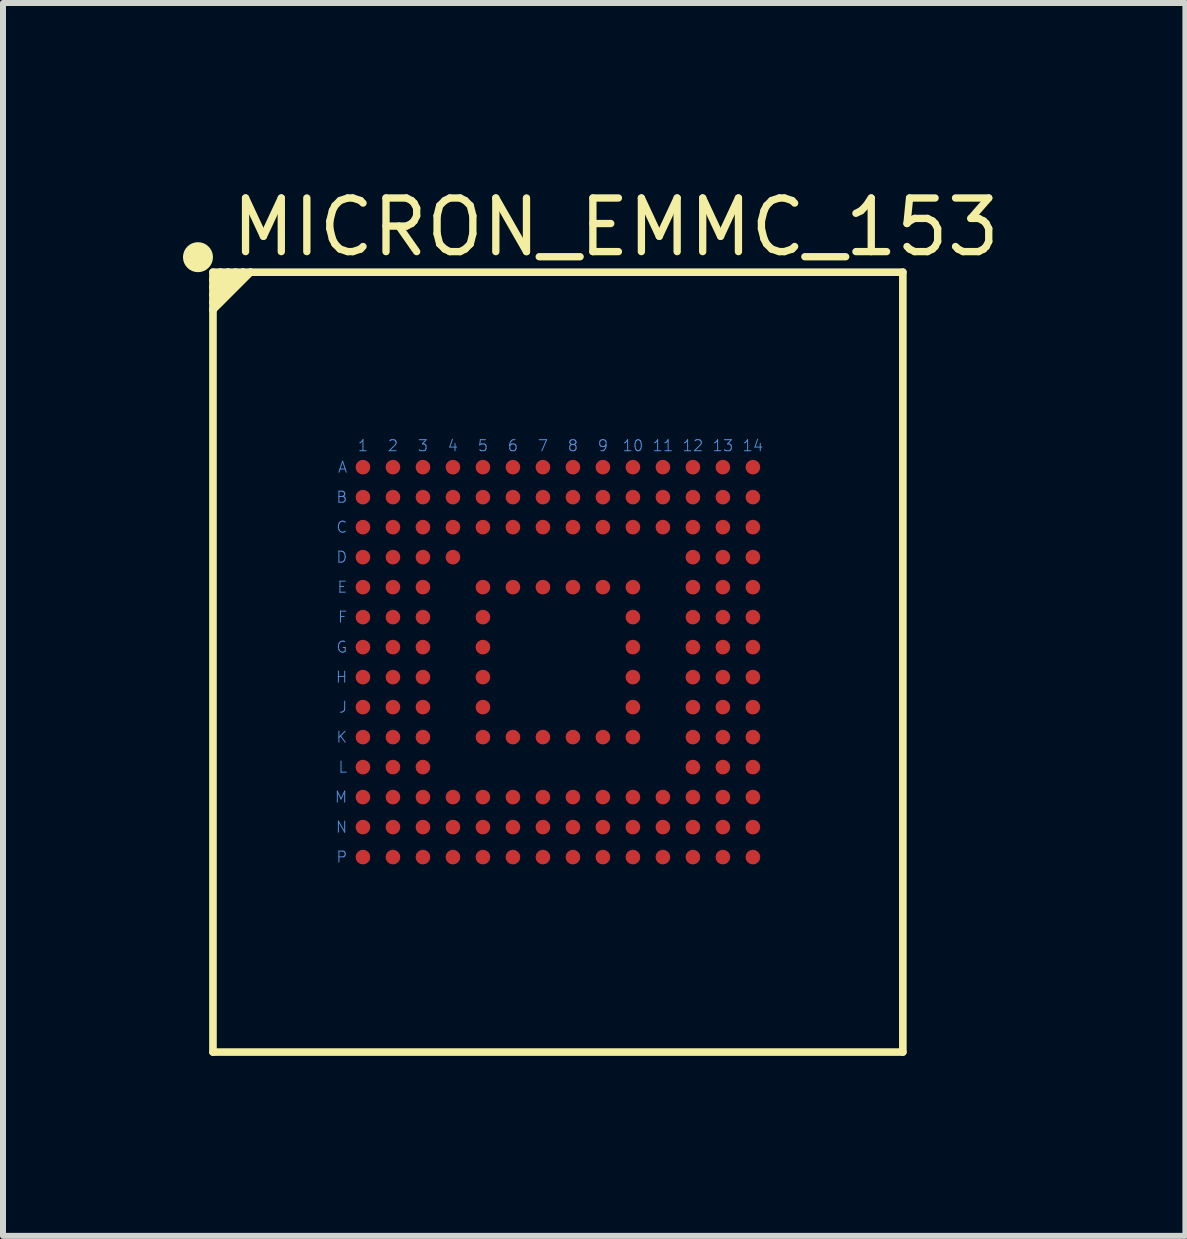
<source format=kicad_pcb>
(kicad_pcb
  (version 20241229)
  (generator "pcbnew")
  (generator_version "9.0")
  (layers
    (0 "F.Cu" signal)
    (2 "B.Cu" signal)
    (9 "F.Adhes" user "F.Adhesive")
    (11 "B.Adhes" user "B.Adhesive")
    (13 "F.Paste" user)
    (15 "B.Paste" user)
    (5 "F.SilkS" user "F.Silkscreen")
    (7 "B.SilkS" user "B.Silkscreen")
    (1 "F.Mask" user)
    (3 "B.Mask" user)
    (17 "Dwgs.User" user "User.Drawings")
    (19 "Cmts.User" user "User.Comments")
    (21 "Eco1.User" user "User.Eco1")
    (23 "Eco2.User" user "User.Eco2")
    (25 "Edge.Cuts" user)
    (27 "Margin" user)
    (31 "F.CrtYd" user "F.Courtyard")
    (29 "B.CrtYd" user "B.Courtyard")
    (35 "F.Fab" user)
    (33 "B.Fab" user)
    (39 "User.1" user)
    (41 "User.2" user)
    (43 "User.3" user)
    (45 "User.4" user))
  (footprint "MICRON_EMMC_153"
    (layer "F.Cu")
    (at 6.25 7.987)
    (property "Reference" "MICRON_EMMC_153" (at -5.5 -7.25 0) (layer "F.SilkS") (effects (font (size 0.894 0.894) (thickness 0.122)) (justify left)))
    (fp_line (start -5.75 -6.5) (end -5.75 -6.375) (stroke (width 0.127) (type solid)) (layer "F.SilkS"))
    (fp_line (start -5.75 -6.375) (end -5.75 -6.25) (stroke (width 0.127) (type solid)) (layer "F.SilkS"))
    (fp_line (start -5.75 -6.375) (end -5.625 -6.5) (stroke (width 0.127) (type solid)) (layer "F.SilkS"))
    (fp_line (start -5.75 -6.25) (end -5.75 -6.125) (stroke (width 0.127) (type solid)) (layer "F.SilkS"))
    (fp_line (start -5.75 -6.25) (end -5.5 -6.5) (stroke (width 0.127) (type solid)) (layer "F.SilkS"))
    (fp_line (start -5.75 -6.125) (end -5.75 -6) (stroke (width 0.127) (type solid)) (layer "F.SilkS"))
    (fp_line (start -5.75 -6.125) (end -5.375 -6.5) (stroke (width 0.127) (type solid)) (layer "F.SilkS"))
    (fp_line (start -5.75 -6) (end -5.75 -5.875) (stroke (width 0.127) (type solid)) (layer "F.SilkS"))
    (fp_line (start -5.75 -6) (end -5.25 -6.5) (stroke (width 0.127) (type solid)) (layer "F.SilkS"))
    (fp_line (start -5.75 -5.875) (end -5.75 6.5) (stroke (width 0.127) (type solid)) (layer "F.SilkS"))
    (fp_line (start -5.75 -5.875) (end -5.125 -6.5) (stroke (width 0.127) (type solid)) (layer "F.SilkS"))
    (fp_line (start -5.75 6.5) (end 5.75 6.5) (stroke (width 0.127) (type solid)) (layer "F.SilkS"))
    (fp_line (start -5.625 -6.5) (end -5.75 -6.5) (stroke (width 0.127) (type solid)) (layer "F.SilkS"))
    (fp_line (start -5.5 -6.5) (end -5.625 -6.5) (stroke (width 0.127) (type solid)) (layer "F.SilkS"))
    (fp_line (start -5.375 -6.5) (end -5.5 -6.5) (stroke (width 0.127) (type solid)) (layer "F.SilkS"))
    (fp_line (start -5.25 -6.5) (end -5.375 -6.5) (stroke (width 0.127) (type solid)) (layer "F.SilkS"))
    (fp_line (start -5.125 -6.5) (end -5.25 -6.5) (stroke (width 0.127) (type solid)) (layer "F.SilkS"))
    (fp_line (start 5.75 -6.5) (end -5.125 -6.5) (stroke (width 0.127) (type solid)) (layer "F.SilkS"))
    (fp_line (start 5.75 6.5) (end 5.75 -6.5) (stroke (width 0.127) (type solid)) (layer "F.SilkS"))
    (fp_circle (center -6 -6.75) (end -5.875 -6.75) (stroke (width 0.25) (type solid)) (fill no) (layer "F.SilkS"))
    (fp_text user "D" (at -3.5 -1.75 0) (layer "Cmts.User") (effects (font (size 0.184 0.184) (thickness 0.016)) (justify right)))
    (fp_text user "H" (at -3.5 0.25 0) (layer "Cmts.User") (effects (font (size 0.184 0.184) (thickness 0.016)) (justify right)))
    (fp_text user "J" (at -3.5 0.75 0) (layer "Cmts.User") (effects (font (size 0.184 0.184) (thickness 0.016)) (justify right)))
    (fp_text user "11" (at 1.75 -3.5 0) (layer "Cmts.User") (effects (font (size 0.184 0.184) (thickness 0.016)) (justify bottom)))
    (fp_text user "4" (at -1.75 -3.5 0) (layer "Cmts.User") (effects (font (size 0.184 0.184) (thickness 0.016)) (justify bottom)))
    (fp_text user "A" (at -3.5 -3.25 0) (layer "Cmts.User") (effects (font (size 0.184 0.184) (thickness 0.016)) (justify right)))
    (fp_text user "P" (at -3.5 3.25 0) (layer "Cmts.User") (effects (font (size 0.184 0.184) (thickness 0.016)) (justify right)))
    (fp_text user "C" (at -3.5 -2.25 0) (layer "Cmts.User") (effects (font (size 0.184 0.184) (thickness 0.016)) (justify right)))
    (fp_text user "9" (at 0.75 -3.5 0) (layer "Cmts.User") (effects (font (size 0.184 0.184) (thickness 0.016)) (justify bottom)))
    (fp_text user "14" (at 3.25 -3.5 0) (layer "Cmts.User") (effects (font (size 0.184 0.184) (thickness 0.016)) (justify bottom)))
    (fp_text user "F" (at -3.5 -0.75 0) (layer "Cmts.User") (effects (font (size 0.184 0.184) (thickness 0.016)) (justify right)))
    (fp_text user "L" (at -3.5 1.75 0) (layer "Cmts.User") (effects (font (size 0.184 0.184) (thickness 0.016)) (justify right)))
    (fp_text user "G" (at -3.5 -0.25 0) (layer "Cmts.User") (effects (font (size 0.184 0.184) (thickness 0.016)) (justify right)))
    (fp_text user "M" (at -3.5 2.25 0) (layer "Cmts.User") (effects (font (size 0.184 0.184) (thickness 0.016)) (justify right)))
    (fp_text user "B" (at -3.5 -2.75 0) (layer "Cmts.User") (effects (font (size 0.184 0.184) (thickness 0.016)) (justify right)))
    (fp_text user "6" (at -0.75 -3.5 0) (layer "Cmts.User") (effects (font (size 0.184 0.184) (thickness 0.016)) (justify bottom)))
    (fp_text user "N" (at -3.5 2.75 0) (layer "Cmts.User") (effects (font (size 0.184 0.184) (thickness 0.016)) (justify right)))
    (fp_text user "12" (at 2.25 -3.5 0) (layer "Cmts.User") (effects (font (size 0.184 0.184) (thickness 0.016)) (justify bottom)))
    (fp_text user "5" (at -1.25 -3.5 0) (layer "Cmts.User") (effects (font (size 0.184 0.184) (thickness 0.016)) (justify bottom)))
    (fp_text user "7" (at -0.25 -3.5 0) (layer "Cmts.User") (effects (font (size 0.184 0.184) (thickness 0.016)) (justify bottom)))
    (fp_text user "2" (at -2.75 -3.5 0) (layer "Cmts.User") (effects (font (size 0.184 0.184) (thickness 0.016)) (justify bottom)))
    (fp_text user "8" (at 0.25 -3.5 0) (layer "Cmts.User") (effects (font (size 0.184 0.184) (thickness 0.016)) (justify bottom)))
    (fp_text user "K" (at -3.5 1.25 0) (layer "Cmts.User") (effects (font (size 0.184 0.184) (thickness 0.016)) (justify right)))
    (fp_text user "13" (at 2.75 -3.5 0) (layer "Cmts.User") (effects (font (size 0.184 0.184) (thickness 0.016)) (justify bottom)))
    (fp_text user "1" (at -3.25 -3.5 0) (layer "Cmts.User") (effects (font (size 0.184 0.184) (thickness 0.016)) (justify bottom)))
    (fp_text user "10" (at 1.25 -3.5 0) (layer "Cmts.User") (effects (font (size 0.184 0.184) (thickness 0.016)) (justify bottom)))
    (fp_text user "E" (at -3.5 -1.25 0) (layer "Cmts.User") (effects (font (size 0.184 0.184) (thickness 0.016)) (justify right)))
    (fp_text user "3" (at -2.25 -3.5 0) (layer "Cmts.User") (effects (font (size 0.184 0.184) (thickness 0.016)) (justify bottom)))
    (pad "A1" smd roundrect (at -3.25 -3.25) (size 0.245 0.245) (layers "F.Cu" "F.Mask" "F.Paste") (roundrect_rratio 0.5))
    (pad "A2" smd roundrect (at -2.75 -3.25) (size 0.245 0.245) (layers "F.Cu" "F.Mask" "F.Paste") (roundrect_rratio 0.5))
    (pad "A3" smd roundrect (at -2.25 -3.25) (size 0.245 0.245) (layers "F.Cu" "F.Mask" "F.Paste") (roundrect_rratio 0.5))
    (pad "A4" smd roundrect (at -1.75 -3.25) (size 0.245 0.245) (layers "F.Cu" "F.Mask" "F.Paste") (roundrect_rratio 0.5))
    (pad "A5" smd roundrect (at -1.25 -3.25) (size 0.245 0.245) (layers "F.Cu" "F.Mask" "F.Paste") (roundrect_rratio 0.5))
    (pad "A6" smd roundrect (at -0.75 -3.25) (size 0.245 0.245) (layers "F.Cu" "F.Mask" "F.Paste") (roundrect_rratio 0.5))
    (pad "A7" smd roundrect (at -0.25 -3.25) (size 0.245 0.245) (layers "F.Cu" "F.Mask" "F.Paste") (roundrect_rratio 0.5))
    (pad "A8" smd roundrect (at 0.25 -3.25) (size 0.245 0.245) (layers "F.Cu" "F.Mask" "F.Paste") (roundrect_rratio 0.5))
    (pad "A9" smd roundrect (at 0.75 -3.25) (size 0.245 0.245) (layers "F.Cu" "F.Mask" "F.Paste") (roundrect_rratio 0.5))
    (pad "A10" smd roundrect (at 1.25 -3.25) (size 0.245 0.245) (layers "F.Cu" "F.Mask" "F.Paste") (roundrect_rratio 0.5))
    (pad "A11" smd roundrect (at 1.75 -3.25) (size 0.245 0.245) (layers "F.Cu" "F.Mask" "F.Paste") (roundrect_rratio 0.5))
    (pad "A12" smd roundrect (at 2.25 -3.25) (size 0.245 0.245) (layers "F.Cu" "F.Mask" "F.Paste") (roundrect_rratio 0.5))
    (pad "A13" smd roundrect (at 2.75 -3.25) (size 0.245 0.245) (layers "F.Cu" "F.Mask" "F.Paste") (roundrect_rratio 0.5))
    (pad "A14" smd roundrect (at 3.25 -3.25) (size 0.245 0.245) (layers "F.Cu" "F.Mask" "F.Paste") (roundrect_rratio 0.5))
    (pad "B1" smd roundrect (at -3.25 -2.75) (size 0.245 0.245) (layers "F.Cu" "F.Mask" "F.Paste") (roundrect_rratio 0.5))
    (pad "B2" smd roundrect (at -2.75 -2.75) (size 0.245 0.245) (layers "F.Cu" "F.Mask" "F.Paste") (roundrect_rratio 0.5))
    (pad "B3" smd roundrect (at -2.25 -2.75) (size 0.245 0.245) (layers "F.Cu" "F.Mask" "F.Paste") (roundrect_rratio 0.5))
    (pad "B4" smd roundrect (at -1.75 -2.75) (size 0.245 0.245) (layers "F.Cu" "F.Mask" "F.Paste") (roundrect_rratio 0.5))
    (pad "B5" smd roundrect (at -1.25 -2.75) (size 0.245 0.245) (layers "F.Cu" "F.Mask" "F.Paste") (roundrect_rratio 0.5))
    (pad "B6" smd roundrect (at -0.75 -2.75) (size 0.245 0.245) (layers "F.Cu" "F.Mask" "F.Paste") (roundrect_rratio 0.5))
    (pad "B7" smd roundrect (at -0.25 -2.75) (size 0.245 0.245) (layers "F.Cu" "F.Mask" "F.Paste") (roundrect_rratio 0.5))
    (pad "B8" smd roundrect (at 0.25 -2.75) (size 0.245 0.245) (layers "F.Cu" "F.Mask" "F.Paste") (roundrect_rratio 0.5))
    (pad "B9" smd roundrect (at 0.75 -2.75) (size 0.245 0.245) (layers "F.Cu" "F.Mask" "F.Paste") (roundrect_rratio 0.5))
    (pad "B10" smd roundrect (at 1.25 -2.75) (size 0.245 0.245) (layers "F.Cu" "F.Mask" "F.Paste") (roundrect_rratio 0.5))
    (pad "B11" smd roundrect (at 1.75 -2.75) (size 0.245 0.245) (layers "F.Cu" "F.Mask" "F.Paste") (roundrect_rratio 0.5))
    (pad "B12" smd roundrect (at 2.25 -2.75) (size 0.245 0.245) (layers "F.Cu" "F.Mask" "F.Paste") (roundrect_rratio 0.5))
    (pad "B13" smd roundrect (at 2.75 -2.75) (size 0.245 0.245) (layers "F.Cu" "F.Mask" "F.Paste") (roundrect_rratio 0.5))
    (pad "B14" smd roundrect (at 3.25 -2.75) (size 0.245 0.245) (layers "F.Cu" "F.Mask" "F.Paste") (roundrect_rratio 0.5))
    (pad "C1" smd roundrect (at -3.25 -2.25) (size 0.245 0.245) (layers "F.Cu" "F.Mask" "F.Paste") (roundrect_rratio 0.5))
    (pad "C2" smd roundrect (at -2.75 -2.25) (size 0.245 0.245) (layers "F.Cu" "F.Mask" "F.Paste") (roundrect_rratio 0.5))
    (pad "C3" smd roundrect (at -2.25 -2.25) (size 0.245 0.245) (layers "F.Cu" "F.Mask" "F.Paste") (roundrect_rratio 0.5))
    (pad "C4" smd roundrect (at -1.75 -2.25) (size 0.245 0.245) (layers "F.Cu" "F.Mask" "F.Paste") (roundrect_rratio 0.5))
    (pad "C5" smd roundrect (at -1.25 -2.25) (size 0.245 0.245) (layers "F.Cu" "F.Mask" "F.Paste") (roundrect_rratio 0.5))
    (pad "C6" smd roundrect (at -0.75 -2.25) (size 0.245 0.245) (layers "F.Cu" "F.Mask" "F.Paste") (roundrect_rratio 0.5))
    (pad "C7" smd roundrect (at -0.25 -2.25) (size 0.245 0.245) (layers "F.Cu" "F.Mask" "F.Paste") (roundrect_rratio 0.5))
    (pad "C8" smd roundrect (at 0.25 -2.25) (size 0.245 0.245) (layers "F.Cu" "F.Mask" "F.Paste") (roundrect_rratio 0.5))
    (pad "C9" smd roundrect (at 0.75 -2.25) (size 0.245 0.245) (layers "F.Cu" "F.Mask" "F.Paste") (roundrect_rratio 0.5))
    (pad "C10" smd roundrect (at 1.25 -2.25) (size 0.245 0.245) (layers "F.Cu" "F.Mask" "F.Paste") (roundrect_rratio 0.5))
    (pad "C11" smd roundrect (at 1.75 -2.25) (size 0.245 0.245) (layers "F.Cu" "F.Mask" "F.Paste") (roundrect_rratio 0.5))
    (pad "C12" smd roundrect (at 2.25 -2.25) (size 0.245 0.245) (layers "F.Cu" "F.Mask" "F.Paste") (roundrect_rratio 0.5))
    (pad "C13" smd roundrect (at 2.75 -2.25) (size 0.245 0.245) (layers "F.Cu" "F.Mask" "F.Paste") (roundrect_rratio 0.5))
    (pad "C14" smd roundrect (at 3.25 -2.25) (size 0.245 0.245) (layers "F.Cu" "F.Mask" "F.Paste") (roundrect_rratio 0.5))
    (pad "D1" smd roundrect (at -3.25 -1.75) (size 0.245 0.245) (layers "F.Cu" "F.Mask" "F.Paste") (roundrect_rratio 0.5))
    (pad "D2" smd roundrect (at -2.75 -1.75) (size 0.245 0.245) (layers "F.Cu" "F.Mask" "F.Paste") (roundrect_rratio 0.5))
    (pad "D3" smd roundrect (at -2.25 -1.75) (size 0.245 0.245) (layers "F.Cu" "F.Mask" "F.Paste") (roundrect_rratio 0.5))
    (pad "D4" smd roundrect (at -1.75 -1.75) (size 0.245 0.245) (layers "F.Cu" "F.Mask" "F.Paste") (roundrect_rratio 0.5))
    (pad "D12" smd roundrect (at 2.25 -1.75) (size 0.245 0.245) (layers "F.Cu" "F.Mask" "F.Paste") (roundrect_rratio 0.5))
    (pad "D13" smd roundrect (at 2.75 -1.75) (size 0.245 0.245) (layers "F.Cu" "F.Mask" "F.Paste") (roundrect_rratio 0.5))
    (pad "D14" smd roundrect (at 3.25 -1.75) (size 0.245 0.245) (layers "F.Cu" "F.Mask" "F.Paste") (roundrect_rratio 0.5))
    (pad "E1" smd roundrect (at -3.25 -1.25) (size 0.245 0.245) (layers "F.Cu" "F.Mask" "F.Paste") (roundrect_rratio 0.5))
    (pad "E2" smd roundrect (at -2.75 -1.25) (size 0.245 0.245) (layers "F.Cu" "F.Mask" "F.Paste") (roundrect_rratio 0.5))
    (pad "E3" smd roundrect (at -2.25 -1.25) (size 0.245 0.245) (layers "F.Cu" "F.Mask" "F.Paste") (roundrect_rratio 0.5))
    (pad "E5" smd roundrect (at -1.25 -1.25) (size 0.245 0.245) (layers "F.Cu" "F.Mask" "F.Paste") (roundrect_rratio 0.5))
    (pad "E6" smd roundrect (at -0.75 -1.25) (size 0.245 0.245) (layers "F.Cu" "F.Mask" "F.Paste") (roundrect_rratio 0.5))
    (pad "E7" smd roundrect (at -0.25 -1.25) (size 0.245 0.245) (layers "F.Cu" "F.Mask" "F.Paste") (roundrect_rratio 0.5))
    (pad "E8" smd roundrect (at 0.25 -1.25) (size 0.245 0.245) (layers "F.Cu" "F.Mask" "F.Paste") (roundrect_rratio 0.5))
    (pad "E9" smd roundrect (at 0.75 -1.25) (size 0.245 0.245) (layers "F.Cu" "F.Mask" "F.Paste") (roundrect_rratio 0.5))
    (pad "E10" smd roundrect (at 1.25 -1.25) (size 0.245 0.245) (layers "F.Cu" "F.Mask" "F.Paste") (roundrect_rratio 0.5))
    (pad "E12" smd roundrect (at 2.25 -1.25) (size 0.245 0.245) (layers "F.Cu" "F.Mask" "F.Paste") (roundrect_rratio 0.5))
    (pad "E13" smd roundrect (at 2.75 -1.25) (size 0.245 0.245) (layers "F.Cu" "F.Mask" "F.Paste") (roundrect_rratio 0.5))
    (pad "E14" smd roundrect (at 3.25 -1.25) (size 0.245 0.245) (layers "F.Cu" "F.Mask" "F.Paste") (roundrect_rratio 0.5))
    (pad "F1" smd roundrect (at -3.25 -0.75) (size 0.245 0.245) (layers "F.Cu" "F.Mask" "F.Paste") (roundrect_rratio 0.5))
    (pad "F2" smd roundrect (at -2.75 -0.75) (size 0.245 0.245) (layers "F.Cu" "F.Mask" "F.Paste") (roundrect_rratio 0.5))
    (pad "F3" smd roundrect (at -2.25 -0.75) (size 0.245 0.245) (layers "F.Cu" "F.Mask" "F.Paste") (roundrect_rratio 0.5))
    (pad "F5" smd roundrect (at -1.25 -0.75) (size 0.245 0.245) (layers "F.Cu" "F.Mask" "F.Paste") (roundrect_rratio 0.5))
    (pad "F10" smd roundrect (at 1.25 -0.75) (size 0.245 0.245) (layers "F.Cu" "F.Mask" "F.Paste") (roundrect_rratio 0.5))
    (pad "F12" smd roundrect (at 2.25 -0.75) (size 0.245 0.245) (layers "F.Cu" "F.Mask" "F.Paste") (roundrect_rratio 0.5))
    (pad "F13" smd roundrect (at 2.75 -0.75) (size 0.245 0.245) (layers "F.Cu" "F.Mask" "F.Paste") (roundrect_rratio 0.5))
    (pad "F14" smd roundrect (at 3.25 -0.75) (size 0.245 0.245) (layers "F.Cu" "F.Mask" "F.Paste") (roundrect_rratio 0.5))
    (pad "G1" smd roundrect (at -3.25 -0.25) (size 0.245 0.245) (layers "F.Cu" "F.Mask" "F.Paste") (roundrect_rratio 0.5))
    (pad "G2" smd roundrect (at -2.75 -0.25) (size 0.245 0.245) (layers "F.Cu" "F.Mask" "F.Paste") (roundrect_rratio 0.5))
    (pad "G3" smd roundrect (at -2.25 -0.25) (size 0.245 0.245) (layers "F.Cu" "F.Mask" "F.Paste") (roundrect_rratio 0.5))
    (pad "G5" smd roundrect (at -1.25 -0.25) (size 0.245 0.245) (layers "F.Cu" "F.Mask" "F.Paste") (roundrect_rratio 0.5))
    (pad "G10" smd roundrect (at 1.25 -0.25) (size 0.245 0.245) (layers "F.Cu" "F.Mask" "F.Paste") (roundrect_rratio 0.5))
    (pad "G12" smd roundrect (at 2.25 -0.25) (size 0.245 0.245) (layers "F.Cu" "F.Mask" "F.Paste") (roundrect_rratio 0.5))
    (pad "G13" smd roundrect (at 2.75 -0.25) (size 0.245 0.245) (layers "F.Cu" "F.Mask" "F.Paste") (roundrect_rratio 0.5))
    (pad "G14" smd roundrect (at 3.25 -0.25) (size 0.245 0.245) (layers "F.Cu" "F.Mask" "F.Paste") (roundrect_rratio 0.5))
    (pad "H1" smd roundrect (at -3.25 0.25) (size 0.245 0.245) (layers "F.Cu" "F.Mask" "F.Paste") (roundrect_rratio 0.5))
    (pad "H2" smd roundrect (at -2.75 0.25) (size 0.245 0.245) (layers "F.Cu" "F.Mask" "F.Paste") (roundrect_rratio 0.5))
    (pad "H3" smd roundrect (at -2.25 0.25) (size 0.245 0.245) (layers "F.Cu" "F.Mask" "F.Paste") (roundrect_rratio 0.5))
    (pad "H5" smd roundrect (at -1.25 0.25) (size 0.245 0.245) (layers "F.Cu" "F.Mask" "F.Paste") (roundrect_rratio 0.5))
    (pad "H10" smd roundrect (at 1.25 0.25) (size 0.245 0.245) (layers "F.Cu" "F.Mask" "F.Paste") (roundrect_rratio 0.5))
    (pad "H12" smd roundrect (at 2.25 0.25) (size 0.245 0.245) (layers "F.Cu" "F.Mask" "F.Paste") (roundrect_rratio 0.5))
    (pad "H13" smd roundrect (at 2.75 0.25) (size 0.245 0.245) (layers "F.Cu" "F.Mask" "F.Paste") (roundrect_rratio 0.5))
    (pad "H14" smd roundrect (at 3.25 0.25) (size 0.245 0.245) (layers "F.Cu" "F.Mask" "F.Paste") (roundrect_rratio 0.5))
    (pad "J1" smd roundrect (at -3.25 0.75) (size 0.245 0.245) (layers "F.Cu" "F.Mask" "F.Paste") (roundrect_rratio 0.5))
    (pad "J2" smd roundrect (at -2.75 0.75) (size 0.245 0.245) (layers "F.Cu" "F.Mask" "F.Paste") (roundrect_rratio 0.5))
    (pad "J3" smd roundrect (at -2.25 0.75) (size 0.245 0.245) (layers "F.Cu" "F.Mask" "F.Paste") (roundrect_rratio 0.5))
    (pad "J5" smd roundrect (at -1.25 0.75) (size 0.245 0.245) (layers "F.Cu" "F.Mask" "F.Paste") (roundrect_rratio 0.5))
    (pad "J10" smd roundrect (at 1.25 0.75) (size 0.245 0.245) (layers "F.Cu" "F.Mask" "F.Paste") (roundrect_rratio 0.5))
    (pad "J12" smd roundrect (at 2.25 0.75) (size 0.245 0.245) (layers "F.Cu" "F.Mask" "F.Paste") (roundrect_rratio 0.5))
    (pad "J13" smd roundrect (at 2.75 0.75) (size 0.245 0.245) (layers "F.Cu" "F.Mask" "F.Paste") (roundrect_rratio 0.5))
    (pad "J14" smd roundrect (at 3.25 0.75) (size 0.245 0.245) (layers "F.Cu" "F.Mask" "F.Paste") (roundrect_rratio 0.5))
    (pad "K1" smd roundrect (at -3.25 1.25) (size 0.245 0.245) (layers "F.Cu" "F.Mask" "F.Paste") (roundrect_rratio 0.5))
    (pad "K2" smd roundrect (at -2.75 1.25) (size 0.245 0.245) (layers "F.Cu" "F.Mask" "F.Paste") (roundrect_rratio 0.5))
    (pad "K3" smd roundrect (at -2.25 1.25) (size 0.245 0.245) (layers "F.Cu" "F.Mask" "F.Paste") (roundrect_rratio 0.5))
    (pad "K5" smd roundrect (at -1.25 1.25) (size 0.245 0.245) (layers "F.Cu" "F.Mask" "F.Paste") (roundrect_rratio 0.5))
    (pad "K6" smd roundrect (at -0.75 1.25) (size 0.245 0.245) (layers "F.Cu" "F.Mask" "F.Paste") (roundrect_rratio 0.5))
    (pad "K7" smd roundrect (at -0.25 1.25) (size 0.245 0.245) (layers "F.Cu" "F.Mask" "F.Paste") (roundrect_rratio 0.5))
    (pad "K8" smd roundrect (at 0.25 1.25) (size 0.245 0.245) (layers "F.Cu" "F.Mask" "F.Paste") (roundrect_rratio 0.5))
    (pad "K9" smd roundrect (at 0.75 1.25) (size 0.245 0.245) (layers "F.Cu" "F.Mask" "F.Paste") (roundrect_rratio 0.5))
    (pad "K10" smd roundrect (at 1.25 1.25) (size 0.245 0.245) (layers "F.Cu" "F.Mask" "F.Paste") (roundrect_rratio 0.5))
    (pad "K12" smd roundrect (at 2.25 1.25) (size 0.245 0.245) (layers "F.Cu" "F.Mask" "F.Paste") (roundrect_rratio 0.5))
    (pad "K13" smd roundrect (at 2.75 1.25) (size 0.245 0.245) (layers "F.Cu" "F.Mask" "F.Paste") (roundrect_rratio 0.5))
    (pad "K14" smd roundrect (at 3.25 1.25) (size 0.245 0.245) (layers "F.Cu" "F.Mask" "F.Paste") (roundrect_rratio 0.5))
    (pad "L1" smd roundrect (at -3.25 1.75) (size 0.245 0.245) (layers "F.Cu" "F.Mask" "F.Paste") (roundrect_rratio 0.5))
    (pad "L2" smd roundrect (at -2.75 1.75) (size 0.245 0.245) (layers "F.Cu" "F.Mask" "F.Paste") (roundrect_rratio 0.5))
    (pad "L3" smd roundrect (at -2.25 1.75) (size 0.245 0.245) (layers "F.Cu" "F.Mask" "F.Paste") (roundrect_rratio 0.5))
    (pad "L12" smd roundrect (at 2.25 1.75) (size 0.245 0.245) (layers "F.Cu" "F.Mask" "F.Paste") (roundrect_rratio 0.5))
    (pad "L13" smd roundrect (at 2.75 1.75) (size 0.245 0.245) (layers "F.Cu" "F.Mask" "F.Paste") (roundrect_rratio 0.5))
    (pad "L14" smd roundrect (at 3.25 1.75) (size 0.245 0.245) (layers "F.Cu" "F.Mask" "F.Paste") (roundrect_rratio 0.5))
    (pad "M1" smd roundrect (at -3.25 2.25) (size 0.245 0.245) (layers "F.Cu" "F.Mask" "F.Paste") (roundrect_rratio 0.5))
    (pad "M2" smd roundrect (at -2.75 2.25) (size 0.245 0.245) (layers "F.Cu" "F.Mask" "F.Paste") (roundrect_rratio 0.5))
    (pad "M3" smd roundrect (at -2.25 2.25) (size 0.245 0.245) (layers "F.Cu" "F.Mask" "F.Paste") (roundrect_rratio 0.5))
    (pad "M4" smd roundrect (at -1.75 2.25) (size 0.245 0.245) (layers "F.Cu" "F.Mask" "F.Paste") (roundrect_rratio 0.5))
    (pad "M5" smd roundrect (at -1.25 2.25) (size 0.245 0.245) (layers "F.Cu" "F.Mask" "F.Paste") (roundrect_rratio 0.5))
    (pad "M6" smd roundrect (at -0.75 2.25) (size 0.245 0.245) (layers "F.Cu" "F.Mask" "F.Paste") (roundrect_rratio 0.5))
    (pad "M7" smd roundrect (at -0.25 2.25) (size 0.245 0.245) (layers "F.Cu" "F.Mask" "F.Paste") (roundrect_rratio 0.5))
    (pad "M8" smd roundrect (at 0.25 2.25) (size 0.245 0.245) (layers "F.Cu" "F.Mask" "F.Paste") (roundrect_rratio 0.5))
    (pad "M9" smd roundrect (at 0.75 2.25) (size 0.245 0.245) (layers "F.Cu" "F.Mask" "F.Paste") (roundrect_rratio 0.5))
    (pad "M10" smd roundrect (at 1.25 2.25) (size 0.245 0.245) (layers "F.Cu" "F.Mask" "F.Paste") (roundrect_rratio 0.5))
    (pad "M11" smd roundrect (at 1.75 2.25) (size 0.245 0.245) (layers "F.Cu" "F.Mask" "F.Paste") (roundrect_rratio 0.5))
    (pad "M12" smd roundrect (at 2.25 2.25) (size 0.245 0.245) (layers "F.Cu" "F.Mask" "F.Paste") (roundrect_rratio 0.5))
    (pad "M13" smd roundrect (at 2.75 2.25) (size 0.245 0.245) (layers "F.Cu" "F.Mask" "F.Paste") (roundrect_rratio 0.5))
    (pad "M14" smd roundrect (at 3.25 2.25) (size 0.245 0.245) (layers "F.Cu" "F.Mask" "F.Paste") (roundrect_rratio 0.5))
    (pad "N1" smd roundrect (at -3.25 2.75) (size 0.245 0.245) (layers "F.Cu" "F.Mask" "F.Paste") (roundrect_rratio 0.5))
    (pad "N2" smd roundrect (at -2.75 2.75) (size 0.245 0.245) (layers "F.Cu" "F.Mask" "F.Paste") (roundrect_rratio 0.5))
    (pad "N3" smd roundrect (at -2.25 2.75) (size 0.245 0.245) (layers "F.Cu" "F.Mask" "F.Paste") (roundrect_rratio 0.5))
    (pad "N4" smd roundrect (at -1.75 2.75) (size 0.245 0.245) (layers "F.Cu" "F.Mask" "F.Paste") (roundrect_rratio 0.5))
    (pad "N5" smd roundrect (at -1.25 2.75) (size 0.245 0.245) (layers "F.Cu" "F.Mask" "F.Paste") (roundrect_rratio 0.5))
    (pad "N6" smd roundrect (at -0.75 2.75) (size 0.245 0.245) (layers "F.Cu" "F.Mask" "F.Paste") (roundrect_rratio 0.5))
    (pad "N7" smd roundrect (at -0.25 2.75) (size 0.245 0.245) (layers "F.Cu" "F.Mask" "F.Paste") (roundrect_rratio 0.5))
    (pad "N8" smd roundrect (at 0.25 2.75) (size 0.245 0.245) (layers "F.Cu" "F.Mask" "F.Paste") (roundrect_rratio 0.5))
    (pad "N9" smd roundrect (at 0.75 2.75) (size 0.245 0.245) (layers "F.Cu" "F.Mask" "F.Paste") (roundrect_rratio 0.5))
    (pad "N10" smd roundrect (at 1.25 2.75) (size 0.245 0.245) (layers "F.Cu" "F.Mask" "F.Paste") (roundrect_rratio 0.5))
    (pad "N11" smd roundrect (at 1.75 2.75) (size 0.245 0.245) (layers "F.Cu" "F.Mask" "F.Paste") (roundrect_rratio 0.5))
    (pad "N12" smd roundrect (at 2.25 2.75) (size 0.245 0.245) (layers "F.Cu" "F.Mask" "F.Paste") (roundrect_rratio 0.5))
    (pad "N13" smd roundrect (at 2.75 2.75) (size 0.245 0.245) (layers "F.Cu" "F.Mask" "F.Paste") (roundrect_rratio 0.5))
    (pad "N14" smd roundrect (at 3.25 2.75) (size 0.245 0.245) (layers "F.Cu" "F.Mask" "F.Paste") (roundrect_rratio 0.5))
    (pad "P1" smd roundrect (at -3.25 3.25) (size 0.245 0.245) (layers "F.Cu" "F.Mask" "F.Paste") (roundrect_rratio 0.5))
    (pad "P2" smd roundrect (at -2.75 3.25) (size 0.245 0.245) (layers "F.Cu" "F.Mask" "F.Paste") (roundrect_rratio 0.5))
    (pad "P3" smd roundrect (at -2.25 3.25) (size 0.245 0.245) (layers "F.Cu" "F.Mask" "F.Paste") (roundrect_rratio 0.5))
    (pad "P4" smd roundrect (at -1.75 3.25) (size 0.245 0.245) (layers "F.Cu" "F.Mask" "F.Paste") (roundrect_rratio 0.5))
    (pad "P5" smd roundrect (at -1.25 3.25) (size 0.245 0.245) (layers "F.Cu" "F.Mask" "F.Paste") (roundrect_rratio 0.5))
    (pad "P6" smd roundrect (at -0.75 3.25) (size 0.245 0.245) (layers "F.Cu" "F.Mask" "F.Paste") (roundrect_rratio 0.5))
    (pad "P7" smd roundrect (at -0.25 3.25) (size 0.245 0.245) (layers "F.Cu" "F.Mask" "F.Paste") (roundrect_rratio 0.5))
    (pad "P8" smd roundrect (at 0.25 3.25) (size 0.245 0.245) (layers "F.Cu" "F.Mask" "F.Paste") (roundrect_rratio 0.5))
    (pad "P9" smd roundrect (at 0.75 3.25) (size 0.245 0.245) (layers "F.Cu" "F.Mask" "F.Paste") (roundrect_rratio 0.5))
    (pad "P10" smd roundrect (at 1.25 3.25) (size 0.245 0.245) (layers "F.Cu" "F.Mask" "F.Paste") (roundrect_rratio 0.5))
    (pad "P11" smd roundrect (at 1.75 3.25) (size 0.245 0.245) (layers "F.Cu" "F.Mask" "F.Paste") (roundrect_rratio 0.5))
    (pad "P12" smd roundrect (at 2.25 3.25) (size 0.245 0.245) (layers "F.Cu" "F.Mask" "F.Paste") (roundrect_rratio 0.5))
    (pad "P13" smd roundrect (at 2.75 3.25) (size 0.245 0.245) (layers "F.Cu" "F.Mask" "F.Paste") (roundrect_rratio 0.5))
    (pad "P14" smd roundrect (at 3.25 3.25) (size 0.245 0.245) (layers "F.Cu" "F.Mask" "F.Paste") (roundrect_rratio 0.5)))
  (gr_rect
    (start -3 -3)
    (end 16.71 17.551)
    (stroke (width 0.1) (type default))
    (fill no)
    (layer "Edge.Cuts")))
</source>
